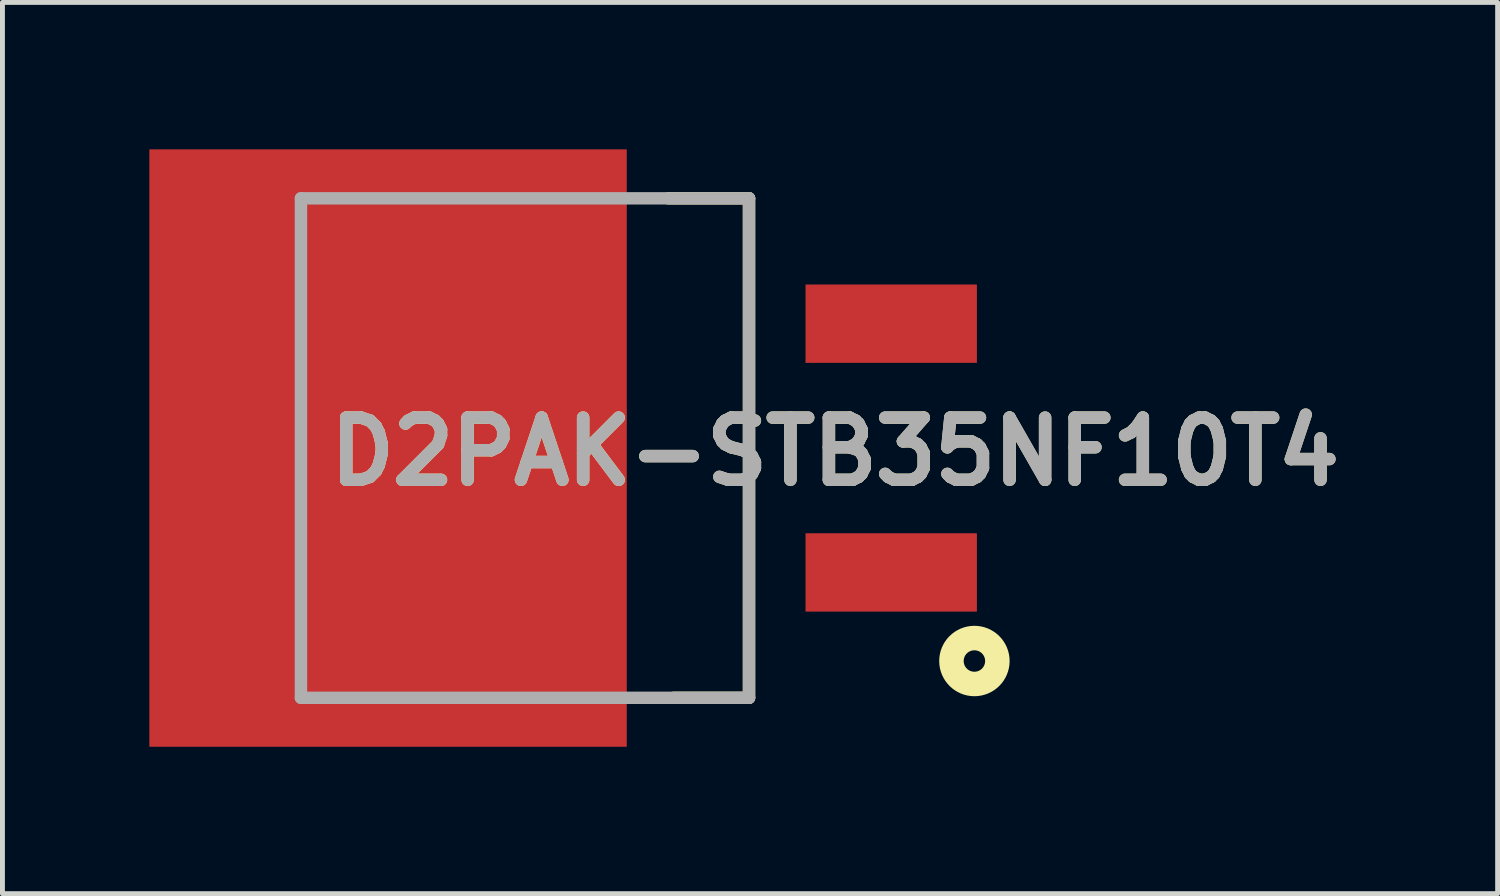
<source format=kicad_pcb>
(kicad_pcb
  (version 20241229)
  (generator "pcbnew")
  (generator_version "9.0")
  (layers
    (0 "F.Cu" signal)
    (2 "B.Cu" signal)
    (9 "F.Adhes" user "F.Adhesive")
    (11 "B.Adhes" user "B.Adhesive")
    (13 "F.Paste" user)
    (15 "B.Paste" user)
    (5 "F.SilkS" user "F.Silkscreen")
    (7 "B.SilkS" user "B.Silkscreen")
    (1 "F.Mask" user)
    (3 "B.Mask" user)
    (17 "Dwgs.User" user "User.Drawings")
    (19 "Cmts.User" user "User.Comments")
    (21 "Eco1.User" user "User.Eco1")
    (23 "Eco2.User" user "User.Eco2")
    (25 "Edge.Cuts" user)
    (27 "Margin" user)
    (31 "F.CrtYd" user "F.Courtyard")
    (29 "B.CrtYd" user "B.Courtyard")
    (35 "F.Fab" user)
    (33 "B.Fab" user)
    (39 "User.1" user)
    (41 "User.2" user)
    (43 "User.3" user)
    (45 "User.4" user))
  (footprint "D2PAK-STB35NF10T4"
    (layer "F.Cu")
    (at 12.246 1)
    (property "Reference" "D2PAK-STB35NF10T4" (at 1.753 5.174 0) (layer "F.SilkS") (effects (font (size 1.27 1.27) (thickness 0.254))))
    (attr smd)
    (fp_line (start 0 0) (end -1.644 0) (stroke (width 0.254) (type solid)) (layer "F.SilkS"))
    (fp_line (start 0 0) (end 0 10.2) (stroke (width 0.254) (type solid)) (layer "F.SilkS"))
    (fp_line (start 0 10.2) (end -1.535 10.2) (stroke (width 0.254) (type solid)) (layer "F.SilkS"))
    (fp_circle (center 4.603 9.449) (end 4.603 9.668) (stroke (width 0.5) (type solid)) (fill no) (layer "F.SilkS"))
    (fp_line (start -9.15 0) (end 0 0) (stroke (width 0.254) (type solid)) (layer "F.Fab"))
    (fp_line (start -9.15 10.2) (end -9.15 0) (stroke (width 0.254) (type solid)) (layer "F.Fab"))
    (fp_line (start 0 0) (end 0 10.2) (stroke (width 0.254) (type solid)) (layer "F.Fab"))
    (fp_line (start 0 10.2) (end -9.15 10.2) (stroke (width 0.254) (type solid)) (layer "F.Fab"))
    (fp_text user "${REFERENCE}" (at 1.753 5.174 0) (layer "F.Fab") (effects (font (size 1.27 1.27) (thickness 0.254))))
    (pad "1" smd rect (at 2.904 7.64 90) (size 1.6 3.5) (layers "F.Cu" "F.Mask" "F.Paste"))
    (pad "2" smd rect (at -7.371 5.1) (size 9.75 12.2) (layers "F.Cu" "F.Mask" "F.Paste"))
    (pad "3" smd rect (at 2.904 2.56 90) (size 1.6 3.5) (layers "F.Cu" "F.Mask" "F.Paste")))
  (gr_rect
    (start -3 -3)
    (end 27.534 15.2)
    (stroke (width 0.1) (type default))
    (fill no)
    (layer "Edge.Cuts")))
</source>
